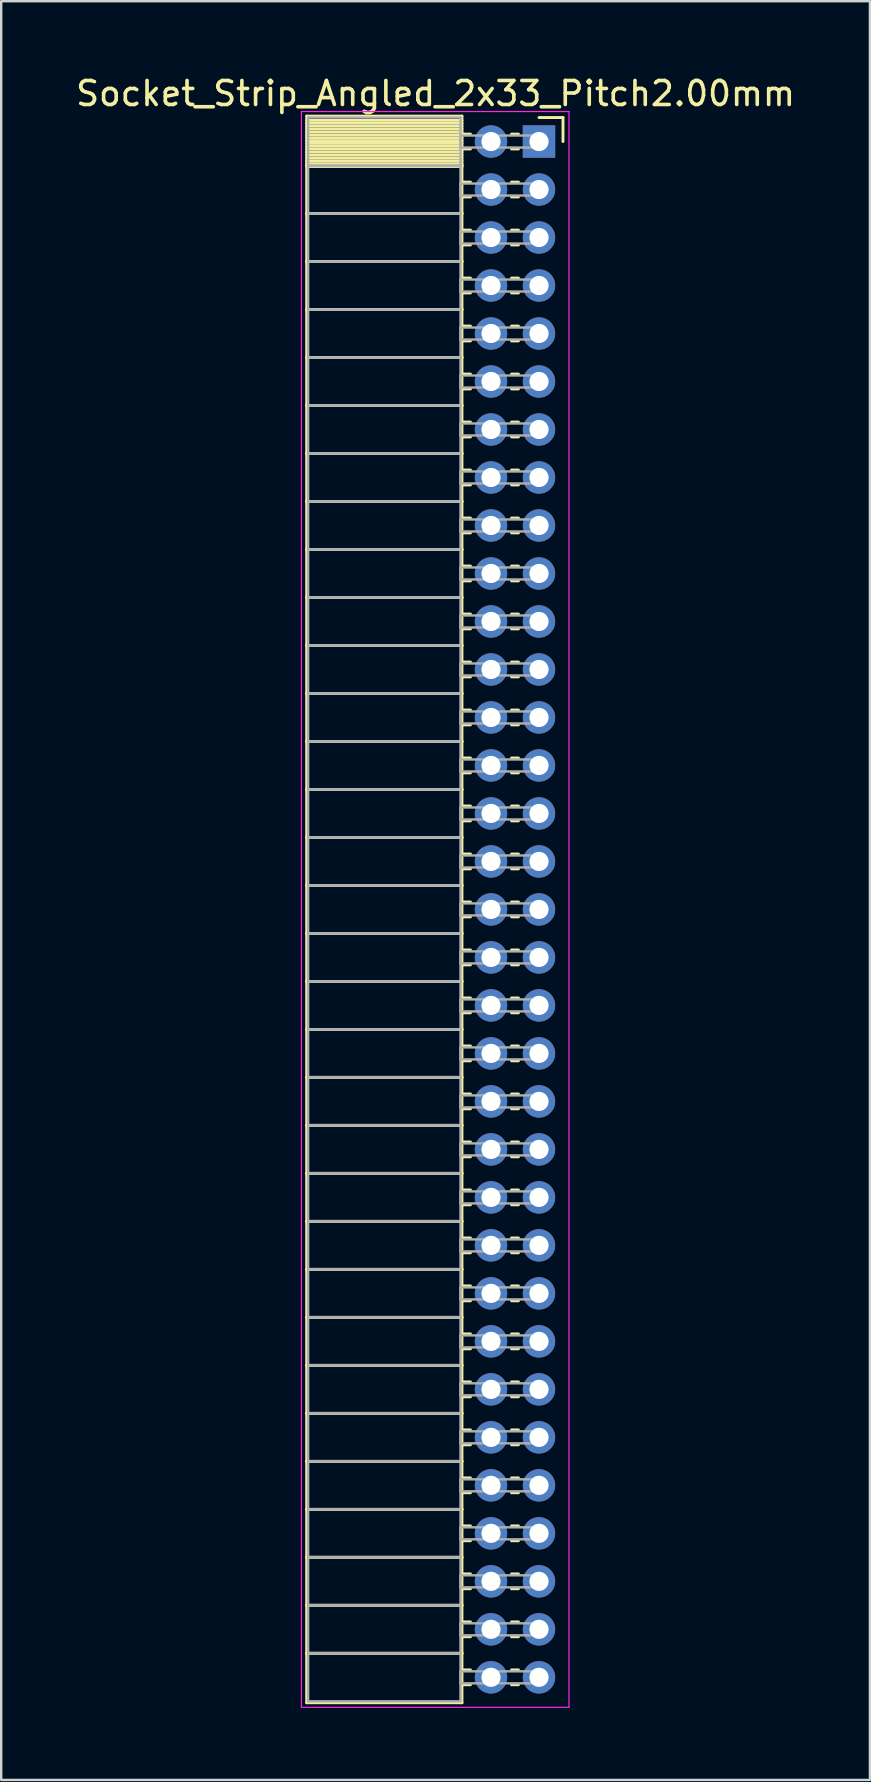
<source format=kicad_pcb>
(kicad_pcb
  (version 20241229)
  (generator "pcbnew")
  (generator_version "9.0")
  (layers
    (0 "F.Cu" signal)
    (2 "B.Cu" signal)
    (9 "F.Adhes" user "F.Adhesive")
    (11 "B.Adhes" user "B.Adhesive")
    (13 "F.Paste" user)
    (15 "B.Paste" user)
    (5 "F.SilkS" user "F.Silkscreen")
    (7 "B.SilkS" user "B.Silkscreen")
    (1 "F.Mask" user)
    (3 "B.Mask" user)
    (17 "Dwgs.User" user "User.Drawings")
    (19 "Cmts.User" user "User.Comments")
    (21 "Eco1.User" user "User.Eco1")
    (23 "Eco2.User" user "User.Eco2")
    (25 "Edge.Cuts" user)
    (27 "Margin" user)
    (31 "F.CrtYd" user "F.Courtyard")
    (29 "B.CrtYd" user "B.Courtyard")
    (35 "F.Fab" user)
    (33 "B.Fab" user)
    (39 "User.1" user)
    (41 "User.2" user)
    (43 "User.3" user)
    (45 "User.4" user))
  (footprint "Socket_Strip_Angled_2x33_Pitch2.00mm"
    (layer "F.Cu")
    (at 19.411 2.848)
    (property "Reference" "Socket_Strip_Angled_2x33_Pitch2.00mm" (at -4.31 -2 0) (layer "F.SilkS") (effects (font (size 1 1) (thickness 0.15))))
    (attr through_hole)
    (fp_line (start -9.68 -1.06) (end -3.21 -1.06) (stroke (width 0.12) (type solid)) (layer "F.SilkS"))
    (fp_line (start -9.68 1) (end -9.68 -1.06) (stroke (width 0.12) (type solid)) (layer "F.SilkS"))
    (fp_line (start -9.68 1) (end -3.21 1) (stroke (width 0.12) (type solid)) (layer "F.SilkS"))
    (fp_line (start -9.68 3) (end -9.68 1) (stroke (width 0.12) (type solid)) (layer "F.SilkS"))
    (fp_line (start -9.68 3) (end -3.21 3) (stroke (width 0.12) (type solid)) (layer "F.SilkS"))
    (fp_line (start -9.68 5) (end -9.68 3) (stroke (width 0.12) (type solid)) (layer "F.SilkS"))
    (fp_line (start -9.68 5) (end -3.21 5) (stroke (width 0.12) (type solid)) (layer "F.SilkS"))
    (fp_line (start -9.68 7) (end -9.68 5) (stroke (width 0.12) (type solid)) (layer "F.SilkS"))
    (fp_line (start -9.68 7) (end -3.21 7) (stroke (width 0.12) (type solid)) (layer "F.SilkS"))
    (fp_line (start -9.68 9) (end -9.68 7) (stroke (width 0.12) (type solid)) (layer "F.SilkS"))
    (fp_line (start -9.68 9) (end -3.21 9) (stroke (width 0.12) (type solid)) (layer "F.SilkS"))
    (fp_line (start -9.68 11) (end -9.68 9) (stroke (width 0.12) (type solid)) (layer "F.SilkS"))
    (fp_line (start -9.68 11) (end -3.21 11) (stroke (width 0.12) (type solid)) (layer "F.SilkS"))
    (fp_line (start -9.68 13) (end -9.68 11) (stroke (width 0.12) (type solid)) (layer "F.SilkS"))
    (fp_line (start -9.68 13) (end -3.21 13) (stroke (width 0.12) (type solid)) (layer "F.SilkS"))
    (fp_line (start -9.68 15) (end -9.68 13) (stroke (width 0.12) (type solid)) (layer "F.SilkS"))
    (fp_line (start -9.68 15) (end -3.21 15) (stroke (width 0.12) (type solid)) (layer "F.SilkS"))
    (fp_line (start -9.68 17) (end -9.68 15) (stroke (width 0.12) (type solid)) (layer "F.SilkS"))
    (fp_line (start -9.68 17) (end -3.21 17) (stroke (width 0.12) (type solid)) (layer "F.SilkS"))
    (fp_line (start -9.68 19) (end -9.68 17) (stroke (width 0.12) (type solid)) (layer "F.SilkS"))
    (fp_line (start -9.68 19) (end -3.21 19) (stroke (width 0.12) (type solid)) (layer "F.SilkS"))
    (fp_line (start -9.68 21) (end -9.68 19) (stroke (width 0.12) (type solid)) (layer "F.SilkS"))
    (fp_line (start -9.68 21) (end -3.21 21) (stroke (width 0.12) (type solid)) (layer "F.SilkS"))
    (fp_line (start -9.68 23) (end -9.68 21) (stroke (width 0.12) (type solid)) (layer "F.SilkS"))
    (fp_line (start -9.68 23) (end -3.21 23) (stroke (width 0.12) (type solid)) (layer "F.SilkS"))
    (fp_line (start -9.68 25) (end -9.68 23) (stroke (width 0.12) (type solid)) (layer "F.SilkS"))
    (fp_line (start -9.68 25) (end -3.21 25) (stroke (width 0.12) (type solid)) (layer "F.SilkS"))
    (fp_line (start -9.68 27) (end -9.68 25) (stroke (width 0.12) (type solid)) (layer "F.SilkS"))
    (fp_line (start -9.68 27) (end -3.21 27) (stroke (width 0.12) (type solid)) (layer "F.SilkS"))
    (fp_line (start -9.68 29) (end -9.68 27) (stroke (width 0.12) (type solid)) (layer "F.SilkS"))
    (fp_line (start -9.68 29) (end -3.21 29) (stroke (width 0.12) (type solid)) (layer "F.SilkS"))
    (fp_line (start -9.68 31) (end -9.68 29) (stroke (width 0.12) (type solid)) (layer "F.SilkS"))
    (fp_line (start -9.68 31) (end -3.21 31) (stroke (width 0.12) (type solid)) (layer "F.SilkS"))
    (fp_line (start -9.68 33) (end -9.68 31) (stroke (width 0.12) (type solid)) (layer "F.SilkS"))
    (fp_line (start -9.68 33) (end -3.21 33) (stroke (width 0.12) (type solid)) (layer "F.SilkS"))
    (fp_line (start -9.68 35) (end -9.68 33) (stroke (width 0.12) (type solid)) (layer "F.SilkS"))
    (fp_line (start -9.68 35) (end -3.21 35) (stroke (width 0.12) (type solid)) (layer "F.SilkS"))
    (fp_line (start -9.68 37) (end -9.68 35) (stroke (width 0.12) (type solid)) (layer "F.SilkS"))
    (fp_line (start -9.68 37) (end -3.21 37) (stroke (width 0.12) (type solid)) (layer "F.SilkS"))
    (fp_line (start -9.68 39) (end -9.68 37) (stroke (width 0.12) (type solid)) (layer "F.SilkS"))
    (fp_line (start -9.68 39) (end -3.21 39) (stroke (width 0.12) (type solid)) (layer "F.SilkS"))
    (fp_line (start -9.68 41) (end -9.68 39) (stroke (width 0.12) (type solid)) (layer "F.SilkS"))
    (fp_line (start -9.68 41) (end -3.21 41) (stroke (width 0.12) (type solid)) (layer "F.SilkS"))
    (fp_line (start -9.68 43) (end -9.68 41) (stroke (width 0.12) (type solid)) (layer "F.SilkS"))
    (fp_line (start -9.68 43) (end -3.21 43) (stroke (width 0.12) (type solid)) (layer "F.SilkS"))
    (fp_line (start -9.68 45) (end -9.68 43) (stroke (width 0.12) (type solid)) (layer "F.SilkS"))
    (fp_line (start -9.68 45) (end -3.21 45) (stroke (width 0.12) (type solid)) (layer "F.SilkS"))
    (fp_line (start -9.68 47) (end -9.68 45) (stroke (width 0.12) (type solid)) (layer "F.SilkS"))
    (fp_line (start -9.68 47) (end -3.21 47) (stroke (width 0.12) (type solid)) (layer "F.SilkS"))
    (fp_line (start -9.68 49) (end -9.68 47) (stroke (width 0.12) (type solid)) (layer "F.SilkS"))
    (fp_line (start -9.68 49) (end -3.21 49) (stroke (width 0.12) (type solid)) (layer "F.SilkS"))
    (fp_line (start -9.68 51) (end -9.68 49) (stroke (width 0.12) (type solid)) (layer "F.SilkS"))
    (fp_line (start -9.68 51) (end -3.21 51) (stroke (width 0.12) (type solid)) (layer "F.SilkS"))
    (fp_line (start -9.68 53) (end -9.68 51) (stroke (width 0.12) (type solid)) (layer "F.SilkS"))
    (fp_line (start -9.68 53) (end -3.21 53) (stroke (width 0.12) (type solid)) (layer "F.SilkS"))
    (fp_line (start -9.68 55) (end -9.68 53) (stroke (width 0.12) (type solid)) (layer "F.SilkS"))
    (fp_line (start -9.68 55) (end -3.21 55) (stroke (width 0.12) (type solid)) (layer "F.SilkS"))
    (fp_line (start -9.68 57) (end -9.68 55) (stroke (width 0.12) (type solid)) (layer "F.SilkS"))
    (fp_line (start -9.68 57) (end -3.21 57) (stroke (width 0.12) (type solid)) (layer "F.SilkS"))
    (fp_line (start -9.68 59) (end -9.68 57) (stroke (width 0.12) (type solid)) (layer "F.SilkS"))
    (fp_line (start -9.68 59) (end -3.21 59) (stroke (width 0.12) (type solid)) (layer "F.SilkS"))
    (fp_line (start -9.68 61) (end -9.68 59) (stroke (width 0.12) (type solid)) (layer "F.SilkS"))
    (fp_line (start -9.68 61) (end -3.21 61) (stroke (width 0.12) (type solid)) (layer "F.SilkS"))
    (fp_line (start -9.68 63) (end -9.68 61) (stroke (width 0.12) (type solid)) (layer "F.SilkS"))
    (fp_line (start -9.68 63) (end -3.21 63) (stroke (width 0.12) (type solid)) (layer "F.SilkS"))
    (fp_line (start -9.68 65.06) (end -9.68 63) (stroke (width 0.12) (type solid)) (layer "F.SilkS"))
    (fp_line (start -3.21 -1.06) (end -3.21 1) (stroke (width 0.12) (type solid)) (layer "F.SilkS"))
    (fp_line (start -3.21 -0.88) (end -9.68 -0.88) (stroke (width 0.12) (type solid)) (layer "F.SilkS"))
    (fp_line (start -3.21 -0.76) (end -9.68 -0.76) (stroke (width 0.12) (type solid)) (layer "F.SilkS"))
    (fp_line (start -3.21 -0.64) (end -9.68 -0.64) (stroke (width 0.12) (type solid)) (layer "F.SilkS"))
    (fp_line (start -3.21 -0.52) (end -9.68 -0.52) (stroke (width 0.12) (type solid)) (layer "F.SilkS"))
    (fp_line (start -3.21 -0.4) (end -9.68 -0.4) (stroke (width 0.12) (type solid)) (layer "F.SilkS"))
    (fp_line (start -3.21 -0.28) (end -9.68 -0.28) (stroke (width 0.12) (type solid)) (layer "F.SilkS"))
    (fp_line (start -3.21 -0.16) (end -9.68 -0.16) (stroke (width 0.12) (type solid)) (layer "F.SilkS"))
    (fp_line (start -3.21 -0.04) (end -9.68 -0.04) (stroke (width 0.12) (type solid)) (layer "F.SilkS"))
    (fp_line (start -3.21 0.08) (end -9.68 0.08) (stroke (width 0.12) (type solid)) (layer "F.SilkS"))
    (fp_line (start -3.21 0.2) (end -9.68 0.2) (stroke (width 0.12) (type solid)) (layer "F.SilkS"))
    (fp_line (start -3.21 0.32) (end -9.68 0.32) (stroke (width 0.12) (type solid)) (layer "F.SilkS"))
    (fp_line (start -3.21 0.44) (end -9.68 0.44) (stroke (width 0.12) (type solid)) (layer "F.SilkS"))
    (fp_line (start -3.21 0.56) (end -9.68 0.56) (stroke (width 0.12) (type solid)) (layer "F.SilkS"))
    (fp_line (start -3.21 0.68) (end -9.68 0.68) (stroke (width 0.12) (type solid)) (layer "F.SilkS"))
    (fp_line (start -3.21 0.8) (end -9.68 0.8) (stroke (width 0.12) (type solid)) (layer "F.SilkS"))
    (fp_line (start -3.21 0.92) (end -9.68 0.92) (stroke (width 0.12) (type solid)) (layer "F.SilkS"))
    (fp_line (start -3.21 1) (end -9.68 1) (stroke (width 0.12) (type solid)) (layer "F.SilkS"))
    (fp_line (start -3.21 1) (end -3.21 3) (stroke (width 0.12) (type solid)) (layer "F.SilkS"))
    (fp_line (start -3.21 1.04) (end -9.68 1.04) (stroke (width 0.12) (type solid)) (layer "F.SilkS"))
    (fp_line (start -3.21 3) (end -9.68 3) (stroke (width 0.12) (type solid)) (layer "F.SilkS"))
    (fp_line (start -3.21 3) (end -3.21 5) (stroke (width 0.12) (type solid)) (layer "F.SilkS"))
    (fp_line (start -3.21 5) (end -9.68 5) (stroke (width 0.12) (type solid)) (layer "F.SilkS"))
    (fp_line (start -3.21 5) (end -3.21 7) (stroke (width 0.12) (type solid)) (layer "F.SilkS"))
    (fp_line (start -3.21 7) (end -9.68 7) (stroke (width 0.12) (type solid)) (layer "F.SilkS"))
    (fp_line (start -3.21 7) (end -3.21 9) (stroke (width 0.12) (type solid)) (layer "F.SilkS"))
    (fp_line (start -3.21 9) (end -9.68 9) (stroke (width 0.12) (type solid)) (layer "F.SilkS"))
    (fp_line (start -3.21 9) (end -3.21 11) (stroke (width 0.12) (type solid)) (layer "F.SilkS"))
    (fp_line (start -3.21 11) (end -9.68 11) (stroke (width 0.12) (type solid)) (layer "F.SilkS"))
    (fp_line (start -3.21 11) (end -3.21 13) (stroke (width 0.12) (type solid)) (layer "F.SilkS"))
    (fp_line (start -3.21 13) (end -9.68 13) (stroke (width 0.12) (type solid)) (layer "F.SilkS"))
    (fp_line (start -3.21 13) (end -3.21 15) (stroke (width 0.12) (type solid)) (layer "F.SilkS"))
    (fp_line (start -3.21 15) (end -9.68 15) (stroke (width 0.12) (type solid)) (layer "F.SilkS"))
    (fp_line (start -3.21 15) (end -3.21 17) (stroke (width 0.12) (type solid)) (layer "F.SilkS"))
    (fp_line (start -3.21 17) (end -9.68 17) (stroke (width 0.12) (type solid)) (layer "F.SilkS"))
    (fp_line (start -3.21 17) (end -3.21 19) (stroke (width 0.12) (type solid)) (layer "F.SilkS"))
    (fp_line (start -3.21 19) (end -9.68 19) (stroke (width 0.12) (type solid)) (layer "F.SilkS"))
    (fp_line (start -3.21 19) (end -3.21 21) (stroke (width 0.12) (type solid)) (layer "F.SilkS"))
    (fp_line (start -3.21 21) (end -9.68 21) (stroke (width 0.12) (type solid)) (layer "F.SilkS"))
    (fp_line (start -3.21 21) (end -3.21 23) (stroke (width 0.12) (type solid)) (layer "F.SilkS"))
    (fp_line (start -3.21 23) (end -9.68 23) (stroke (width 0.12) (type solid)) (layer "F.SilkS"))
    (fp_line (start -3.21 23) (end -3.21 25) (stroke (width 0.12) (type solid)) (layer "F.SilkS"))
    (fp_line (start -3.21 25) (end -9.68 25) (stroke (width 0.12) (type solid)) (layer "F.SilkS"))
    (fp_line (start -3.21 25) (end -3.21 27) (stroke (width 0.12) (type solid)) (layer "F.SilkS"))
    (fp_line (start -3.21 27) (end -9.68 27) (stroke (width 0.12) (type solid)) (layer "F.SilkS"))
    (fp_line (start -3.21 27) (end -3.21 29) (stroke (width 0.12) (type solid)) (layer "F.SilkS"))
    (fp_line (start -3.21 29) (end -9.68 29) (stroke (width 0.12) (type solid)) (layer "F.SilkS"))
    (fp_line (start -3.21 29) (end -3.21 31) (stroke (width 0.12) (type solid)) (layer "F.SilkS"))
    (fp_line (start -3.21 31) (end -9.68 31) (stroke (width 0.12) (type solid)) (layer "F.SilkS"))
    (fp_line (start -3.21 31) (end -3.21 33) (stroke (width 0.12) (type solid)) (layer "F.SilkS"))
    (fp_line (start -3.21 33) (end -9.68 33) (stroke (width 0.12) (type solid)) (layer "F.SilkS"))
    (fp_line (start -3.21 33) (end -3.21 35) (stroke (width 0.12) (type solid)) (layer "F.SilkS"))
    (fp_line (start -3.21 35) (end -9.68 35) (stroke (width 0.12) (type solid)) (layer "F.SilkS"))
    (fp_line (start -3.21 35) (end -3.21 37) (stroke (width 0.12) (type solid)) (layer "F.SilkS"))
    (fp_line (start -3.21 37) (end -9.68 37) (stroke (width 0.12) (type solid)) (layer "F.SilkS"))
    (fp_line (start -3.21 37) (end -3.21 39) (stroke (width 0.12) (type solid)) (layer "F.SilkS"))
    (fp_line (start -3.21 39) (end -9.68 39) (stroke (width 0.12) (type solid)) (layer "F.SilkS"))
    (fp_line (start -3.21 39) (end -3.21 41) (stroke (width 0.12) (type solid)) (layer "F.SilkS"))
    (fp_line (start -3.21 41) (end -9.68 41) (stroke (width 0.12) (type solid)) (layer "F.SilkS"))
    (fp_line (start -3.21 41) (end -3.21 43) (stroke (width 0.12) (type solid)) (layer "F.SilkS"))
    (fp_line (start -3.21 43) (end -9.68 43) (stroke (width 0.12) (type solid)) (layer "F.SilkS"))
    (fp_line (start -3.21 43) (end -3.21 45) (stroke (width 0.12) (type solid)) (layer "F.SilkS"))
    (fp_line (start -3.21 45) (end -9.68 45) (stroke (width 0.12) (type solid)) (layer "F.SilkS"))
    (fp_line (start -3.21 45) (end -3.21 47) (stroke (width 0.12) (type solid)) (layer "F.SilkS"))
    (fp_line (start -3.21 47) (end -9.68 47) (stroke (width 0.12) (type solid)) (layer "F.SilkS"))
    (fp_line (start -3.21 47) (end -3.21 49) (stroke (width 0.12) (type solid)) (layer "F.SilkS"))
    (fp_line (start -3.21 49) (end -9.68 49) (stroke (width 0.12) (type solid)) (layer "F.SilkS"))
    (fp_line (start -3.21 49) (end -3.21 51) (stroke (width 0.12) (type solid)) (layer "F.SilkS"))
    (fp_line (start -3.21 51) (end -9.68 51) (stroke (width 0.12) (type solid)) (layer "F.SilkS"))
    (fp_line (start -3.21 51) (end -3.21 53) (stroke (width 0.12) (type solid)) (layer "F.SilkS"))
    (fp_line (start -3.21 53) (end -9.68 53) (stroke (width 0.12) (type solid)) (layer "F.SilkS"))
    (fp_line (start -3.21 53) (end -3.21 55) (stroke (width 0.12) (type solid)) (layer "F.SilkS"))
    (fp_line (start -3.21 55) (end -9.68 55) (stroke (width 0.12) (type solid)) (layer "F.SilkS"))
    (fp_line (start -3.21 55) (end -3.21 57) (stroke (width 0.12) (type solid)) (layer "F.SilkS"))
    (fp_line (start -3.21 57) (end -9.68 57) (stroke (width 0.12) (type solid)) (layer "F.SilkS"))
    (fp_line (start -3.21 57) (end -3.21 59) (stroke (width 0.12) (type solid)) (layer "F.SilkS"))
    (fp_line (start -3.21 59) (end -9.68 59) (stroke (width 0.12) (type solid)) (layer "F.SilkS"))
    (fp_line (start -3.21 59) (end -3.21 61) (stroke (width 0.12) (type solid)) (layer "F.SilkS"))
    (fp_line (start -3.21 61) (end -9.68 61) (stroke (width 0.12) (type solid)) (layer "F.SilkS"))
    (fp_line (start -3.21 61) (end -3.21 63) (stroke (width 0.12) (type solid)) (layer "F.SilkS"))
    (fp_line (start -3.21 63) (end -9.68 63) (stroke (width 0.12) (type solid)) (layer "F.SilkS"))
    (fp_line (start -3.21 63) (end -3.21 65.06) (stroke (width 0.12) (type solid)) (layer "F.SilkS"))
    (fp_line (start -3.21 65.06) (end -9.68 65.06) (stroke (width 0.12) (type solid)) (layer "F.SilkS"))
    (fp_line (start -2.855 -0.31) (end -3.21 -0.31) (stroke (width 0.12) (type solid)) (layer "F.SilkS"))
    (fp_line (start -2.855 0.31) (end -3.21 0.31) (stroke (width 0.12) (type solid)) (layer "F.SilkS"))
    (fp_line (start -2.855 1.69) (end -3.21 1.69) (stroke (width 0.12) (type solid)) (layer "F.SilkS"))
    (fp_line (start -2.855 2.31) (end -3.21 2.31) (stroke (width 0.12) (type solid)) (layer "F.SilkS"))
    (fp_line (start -2.855 3.69) (end -3.21 3.69) (stroke (width 0.12) (type solid)) (layer "F.SilkS"))
    (fp_line (start -2.855 4.31) (end -3.21 4.31) (stroke (width 0.12) (type solid)) (layer "F.SilkS"))
    (fp_line (start -2.855 5.69) (end -3.21 5.69) (stroke (width 0.12) (type solid)) (layer "F.SilkS"))
    (fp_line (start -2.855 6.31) (end -3.21 6.31) (stroke (width 0.12) (type solid)) (layer "F.SilkS"))
    (fp_line (start -2.855 7.69) (end -3.21 7.69) (stroke (width 0.12) (type solid)) (layer "F.SilkS"))
    (fp_line (start -2.855 8.31) (end -3.21 8.31) (stroke (width 0.12) (type solid)) (layer "F.SilkS"))
    (fp_line (start -2.855 9.69) (end -3.21 9.69) (stroke (width 0.12) (type solid)) (layer "F.SilkS"))
    (fp_line (start -2.855 10.31) (end -3.21 10.31) (stroke (width 0.12) (type solid)) (layer "F.SilkS"))
    (fp_line (start -2.855 11.69) (end -3.21 11.69) (stroke (width 0.12) (type solid)) (layer "F.SilkS"))
    (fp_line (start -2.855 12.31) (end -3.21 12.31) (stroke (width 0.12) (type solid)) (layer "F.SilkS"))
    (fp_line (start -2.855 13.69) (end -3.21 13.69) (stroke (width 0.12) (type solid)) (layer "F.SilkS"))
    (fp_line (start -2.855 14.31) (end -3.21 14.31) (stroke (width 0.12) (type solid)) (layer "F.SilkS"))
    (fp_line (start -2.855 15.69) (end -3.21 15.69) (stroke (width 0.12) (type solid)) (layer "F.SilkS"))
    (fp_line (start -2.855 16.31) (end -3.21 16.31) (stroke (width 0.12) (type solid)) (layer "F.SilkS"))
    (fp_line (start -2.855 17.69) (end -3.21 17.69) (stroke (width 0.12) (type solid)) (layer "F.SilkS"))
    (fp_line (start -2.855 18.31) (end -3.21 18.31) (stroke (width 0.12) (type solid)) (layer "F.SilkS"))
    (fp_line (start -2.855 19.69) (end -3.21 19.69) (stroke (width 0.12) (type solid)) (layer "F.SilkS"))
    (fp_line (start -2.855 20.31) (end -3.21 20.31) (stroke (width 0.12) (type solid)) (layer "F.SilkS"))
    (fp_line (start -2.855 21.69) (end -3.21 21.69) (stroke (width 0.12) (type solid)) (layer "F.SilkS"))
    (fp_line (start -2.855 22.31) (end -3.21 22.31) (stroke (width 0.12) (type solid)) (layer "F.SilkS"))
    (fp_line (start -2.855 23.69) (end -3.21 23.69) (stroke (width 0.12) (type solid)) (layer "F.SilkS"))
    (fp_line (start -2.855 24.31) (end -3.21 24.31) (stroke (width 0.12) (type solid)) (layer "F.SilkS"))
    (fp_line (start -2.855 25.69) (end -3.21 25.69) (stroke (width 0.12) (type solid)) (layer "F.SilkS"))
    (fp_line (start -2.855 26.31) (end -3.21 26.31) (stroke (width 0.12) (type solid)) (layer "F.SilkS"))
    (fp_line (start -2.855 27.69) (end -3.21 27.69) (stroke (width 0.12) (type solid)) (layer "F.SilkS"))
    (fp_line (start -2.855 28.31) (end -3.21 28.31) (stroke (width 0.12) (type solid)) (layer "F.SilkS"))
    (fp_line (start -2.855 29.69) (end -3.21 29.69) (stroke (width 0.12) (type solid)) (layer "F.SilkS"))
    (fp_line (start -2.855 30.31) (end -3.21 30.31) (stroke (width 0.12) (type solid)) (layer "F.SilkS"))
    (fp_line (start -2.855 31.69) (end -3.21 31.69) (stroke (width 0.12) (type solid)) (layer "F.SilkS"))
    (fp_line (start -2.855 32.31) (end -3.21 32.31) (stroke (width 0.12) (type solid)) (layer "F.SilkS"))
    (fp_line (start -2.855 33.69) (end -3.21 33.69) (stroke (width 0.12) (type solid)) (layer "F.SilkS"))
    (fp_line (start -2.855 34.31) (end -3.21 34.31) (stroke (width 0.12) (type solid)) (layer "F.SilkS"))
    (fp_line (start -2.855 35.69) (end -3.21 35.69) (stroke (width 0.12) (type solid)) (layer "F.SilkS"))
    (fp_line (start -2.855 36.31) (end -3.21 36.31) (stroke (width 0.12) (type solid)) (layer "F.SilkS"))
    (fp_line (start -2.855 37.69) (end -3.21 37.69) (stroke (width 0.12) (type solid)) (layer "F.SilkS"))
    (fp_line (start -2.855 38.31) (end -3.21 38.31) (stroke (width 0.12) (type solid)) (layer "F.SilkS"))
    (fp_line (start -2.855 39.69) (end -3.21 39.69) (stroke (width 0.12) (type solid)) (layer "F.SilkS"))
    (fp_line (start -2.855 40.31) (end -3.21 40.31) (stroke (width 0.12) (type solid)) (layer "F.SilkS"))
    (fp_line (start -2.855 41.69) (end -3.21 41.69) (stroke (width 0.12) (type solid)) (layer "F.SilkS"))
    (fp_line (start -2.855 42.31) (end -3.21 42.31) (stroke (width 0.12) (type solid)) (layer "F.SilkS"))
    (fp_line (start -2.855 43.69) (end -3.21 43.69) (stroke (width 0.12) (type solid)) (layer "F.SilkS"))
    (fp_line (start -2.855 44.31) (end -3.21 44.31) (stroke (width 0.12) (type solid)) (layer "F.SilkS"))
    (fp_line (start -2.855 45.69) (end -3.21 45.69) (stroke (width 0.12) (type solid)) (layer "F.SilkS"))
    (fp_line (start -2.855 46.31) (end -3.21 46.31) (stroke (width 0.12) (type solid)) (layer "F.SilkS"))
    (fp_line (start -2.855 47.69) (end -3.21 47.69) (stroke (width 0.12) (type solid)) (layer "F.SilkS"))
    (fp_line (start -2.855 48.31) (end -3.21 48.31) (stroke (width 0.12) (type solid)) (layer "F.SilkS"))
    (fp_line (start -2.855 49.69) (end -3.21 49.69) (stroke (width 0.12) (type solid)) (layer "F.SilkS"))
    (fp_line (start -2.855 50.31) (end -3.21 50.31) (stroke (width 0.12) (type solid)) (layer "F.SilkS"))
    (fp_line (start -2.855 51.69) (end -3.21 51.69) (stroke (width 0.12) (type solid)) (layer "F.SilkS"))
    (fp_line (start -2.855 52.31) (end -3.21 52.31) (stroke (width 0.12) (type solid)) (layer "F.SilkS"))
    (fp_line (start -2.855 53.69) (end -3.21 53.69) (stroke (width 0.12) (type solid)) (layer "F.SilkS"))
    (fp_line (start -2.855 54.31) (end -3.21 54.31) (stroke (width 0.12) (type solid)) (layer "F.SilkS"))
    (fp_line (start -2.855 55.69) (end -3.21 55.69) (stroke (width 0.12) (type solid)) (layer "F.SilkS"))
    (fp_line (start -2.855 56.31) (end -3.21 56.31) (stroke (width 0.12) (type solid)) (layer "F.SilkS"))
    (fp_line (start -2.855 57.69) (end -3.21 57.69) (stroke (width 0.12) (type solid)) (layer "F.SilkS"))
    (fp_line (start -2.855 58.31) (end -3.21 58.31) (stroke (width 0.12) (type solid)) (layer "F.SilkS"))
    (fp_line (start -2.855 59.69) (end -3.21 59.69) (stroke (width 0.12) (type solid)) (layer "F.SilkS"))
    (fp_line (start -2.855 60.31) (end -3.21 60.31) (stroke (width 0.12) (type solid)) (layer "F.SilkS"))
    (fp_line (start -2.855 61.69) (end -3.21 61.69) (stroke (width 0.12) (type solid)) (layer "F.SilkS"))
    (fp_line (start -2.855 62.31) (end -3.21 62.31) (stroke (width 0.12) (type solid)) (layer "F.SilkS"))
    (fp_line (start -2.855 63.69) (end -3.21 63.69) (stroke (width 0.12) (type solid)) (layer "F.SilkS"))
    (fp_line (start -2.855 64.31) (end -3.21 64.31) (stroke (width 0.12) (type solid)) (layer "F.SilkS"))
    (fp_line (start -0.855 -0.31) (end -1.145 -0.31) (stroke (width 0.12) (type solid)) (layer "F.SilkS"))
    (fp_line (start -0.855 0.31) (end -1.145 0.31) (stroke (width 0.12) (type solid)) (layer "F.SilkS"))
    (fp_line (start -0.855 1.69) (end -1.145 1.69) (stroke (width 0.12) (type solid)) (layer "F.SilkS"))
    (fp_line (start -0.855 2.31) (end -1.145 2.31) (stroke (width 0.12) (type solid)) (layer "F.SilkS"))
    (fp_line (start -0.855 3.69) (end -1.145 3.69) (stroke (width 0.12) (type solid)) (layer "F.SilkS"))
    (fp_line (start -0.855 4.31) (end -1.145 4.31) (stroke (width 0.12) (type solid)) (layer "F.SilkS"))
    (fp_line (start -0.855 5.69) (end -1.145 5.69) (stroke (width 0.12) (type solid)) (layer "F.SilkS"))
    (fp_line (start -0.855 6.31) (end -1.145 6.31) (stroke (width 0.12) (type solid)) (layer "F.SilkS"))
    (fp_line (start -0.855 7.69) (end -1.145 7.69) (stroke (width 0.12) (type solid)) (layer "F.SilkS"))
    (fp_line (start -0.855 8.31) (end -1.145 8.31) (stroke (width 0.12) (type solid)) (layer "F.SilkS"))
    (fp_line (start -0.855 9.69) (end -1.145 9.69) (stroke (width 0.12) (type solid)) (layer "F.SilkS"))
    (fp_line (start -0.855 10.31) (end -1.145 10.31) (stroke (width 0.12) (type solid)) (layer "F.SilkS"))
    (fp_line (start -0.855 11.69) (end -1.145 11.69) (stroke (width 0.12) (type solid)) (layer "F.SilkS"))
    (fp_line (start -0.855 12.31) (end -1.145 12.31) (stroke (width 0.12) (type solid)) (layer "F.SilkS"))
    (fp_line (start -0.855 13.69) (end -1.145 13.69) (stroke (width 0.12) (type solid)) (layer "F.SilkS"))
    (fp_line (start -0.855 14.31) (end -1.145 14.31) (stroke (width 0.12) (type solid)) (layer "F.SilkS"))
    (fp_line (start -0.855 15.69) (end -1.145 15.69) (stroke (width 0.12) (type solid)) (layer "F.SilkS"))
    (fp_line (start -0.855 16.31) (end -1.145 16.31) (stroke (width 0.12) (type solid)) (layer "F.SilkS"))
    (fp_line (start -0.855 17.69) (end -1.145 17.69) (stroke (width 0.12) (type solid)) (layer "F.SilkS"))
    (fp_line (start -0.855 18.31) (end -1.145 18.31) (stroke (width 0.12) (type solid)) (layer "F.SilkS"))
    (fp_line (start -0.855 19.69) (end -1.145 19.69) (stroke (width 0.12) (type solid)) (layer "F.SilkS"))
    (fp_line (start -0.855 20.31) (end -1.145 20.31) (stroke (width 0.12) (type solid)) (layer "F.SilkS"))
    (fp_line (start -0.855 21.69) (end -1.145 21.69) (stroke (width 0.12) (type solid)) (layer "F.SilkS"))
    (fp_line (start -0.855 22.31) (end -1.145 22.31) (stroke (width 0.12) (type solid)) (layer "F.SilkS"))
    (fp_line (start -0.855 23.69) (end -1.145 23.69) (stroke (width 0.12) (type solid)) (layer "F.SilkS"))
    (fp_line (start -0.855 24.31) (end -1.145 24.31) (stroke (width 0.12) (type solid)) (layer "F.SilkS"))
    (fp_line (start -0.855 25.69) (end -1.145 25.69) (stroke (width 0.12) (type solid)) (layer "F.SilkS"))
    (fp_line (start -0.855 26.31) (end -1.145 26.31) (stroke (width 0.12) (type solid)) (layer "F.SilkS"))
    (fp_line (start -0.855 27.69) (end -1.145 27.69) (stroke (width 0.12) (type solid)) (layer "F.SilkS"))
    (fp_line (start -0.855 28.31) (end -1.145 28.31) (stroke (width 0.12) (type solid)) (layer "F.SilkS"))
    (fp_line (start -0.855 29.69) (end -1.145 29.69) (stroke (width 0.12) (type solid)) (layer "F.SilkS"))
    (fp_line (start -0.855 30.31) (end -1.145 30.31) (stroke (width 0.12) (type solid)) (layer "F.SilkS"))
    (fp_line (start -0.855 31.69) (end -1.145 31.69) (stroke (width 0.12) (type solid)) (layer "F.SilkS"))
    (fp_line (start -0.855 32.31) (end -1.145 32.31) (stroke (width 0.12) (type solid)) (layer "F.SilkS"))
    (fp_line (start -0.855 33.69) (end -1.145 33.69) (stroke (width 0.12) (type solid)) (layer "F.SilkS"))
    (fp_line (start -0.855 34.31) (end -1.145 34.31) (stroke (width 0.12) (type solid)) (layer "F.SilkS"))
    (fp_line (start -0.855 35.69) (end -1.145 35.69) (stroke (width 0.12) (type solid)) (layer "F.SilkS"))
    (fp_line (start -0.855 36.31) (end -1.145 36.31) (stroke (width 0.12) (type solid)) (layer "F.SilkS"))
    (fp_line (start -0.855 37.69) (end -1.145 37.69) (stroke (width 0.12) (type solid)) (layer "F.SilkS"))
    (fp_line (start -0.855 38.31) (end -1.145 38.31) (stroke (width 0.12) (type solid)) (layer "F.SilkS"))
    (fp_line (start -0.855 39.69) (end -1.145 39.69) (stroke (width 0.12) (type solid)) (layer "F.SilkS"))
    (fp_line (start -0.855 40.31) (end -1.145 40.31) (stroke (width 0.12) (type solid)) (layer "F.SilkS"))
    (fp_line (start -0.855 41.69) (end -1.145 41.69) (stroke (width 0.12) (type solid)) (layer "F.SilkS"))
    (fp_line (start -0.855 42.31) (end -1.145 42.31) (stroke (width 0.12) (type solid)) (layer "F.SilkS"))
    (fp_line (start -0.855 43.69) (end -1.145 43.69) (stroke (width 0.12) (type solid)) (layer "F.SilkS"))
    (fp_line (start -0.855 44.31) (end -1.145 44.31) (stroke (width 0.12) (type solid)) (layer "F.SilkS"))
    (fp_line (start -0.855 45.69) (end -1.145 45.69) (stroke (width 0.12) (type solid)) (layer "F.SilkS"))
    (fp_line (start -0.855 46.31) (end -1.145 46.31) (stroke (width 0.12) (type solid)) (layer "F.SilkS"))
    (fp_line (start -0.855 47.69) (end -1.145 47.69) (stroke (width 0.12) (type solid)) (layer "F.SilkS"))
    (fp_line (start -0.855 48.31) (end -1.145 48.31) (stroke (width 0.12) (type solid)) (layer "F.SilkS"))
    (fp_line (start -0.855 49.69) (end -1.145 49.69) (stroke (width 0.12) (type solid)) (layer "F.SilkS"))
    (fp_line (start -0.855 50.31) (end -1.145 50.31) (stroke (width 0.12) (type solid)) (layer "F.SilkS"))
    (fp_line (start -0.855 51.69) (end -1.145 51.69) (stroke (width 0.12) (type solid)) (layer "F.SilkS"))
    (fp_line (start -0.855 52.31) (end -1.145 52.31) (stroke (width 0.12) (type solid)) (layer "F.SilkS"))
    (fp_line (start -0.855 53.69) (end -1.145 53.69) (stroke (width 0.12) (type solid)) (layer "F.SilkS"))
    (fp_line (start -0.855 54.31) (end -1.145 54.31) (stroke (width 0.12) (type solid)) (layer "F.SilkS"))
    (fp_line (start -0.855 55.69) (end -1.145 55.69) (stroke (width 0.12) (type solid)) (layer "F.SilkS"))
    (fp_line (start -0.855 56.31) (end -1.145 56.31) (stroke (width 0.12) (type solid)) (layer "F.SilkS"))
    (fp_line (start -0.855 57.69) (end -1.145 57.69) (stroke (width 0.12) (type solid)) (layer "F.SilkS"))
    (fp_line (start -0.855 58.31) (end -1.145 58.31) (stroke (width 0.12) (type solid)) (layer "F.SilkS"))
    (fp_line (start -0.855 59.69) (end -1.145 59.69) (stroke (width 0.12) (type solid)) (layer "F.SilkS"))
    (fp_line (start -0.855 60.31) (end -1.145 60.31) (stroke (width 0.12) (type solid)) (layer "F.SilkS"))
    (fp_line (start -0.855 61.69) (end -1.145 61.69) (stroke (width 0.12) (type solid)) (layer "F.SilkS"))
    (fp_line (start -0.855 62.31) (end -1.145 62.31) (stroke (width 0.12) (type solid)) (layer "F.SilkS"))
    (fp_line (start -0.855 63.69) (end -1.145 63.69) (stroke (width 0.12) (type solid)) (layer "F.SilkS"))
    (fp_line (start -0.855 64.31) (end -1.145 64.31) (stroke (width 0.12) (type solid)) (layer "F.SilkS"))
    (fp_line (start 0 -1) (end 1 -1) (stroke (width 0.12) (type solid)) (layer "F.SilkS"))
    (fp_line (start 1 -1) (end 1 0) (stroke (width 0.12) (type solid)) (layer "F.SilkS"))
    (fp_line (start -9.9 -1.25) (end 1.25 -1.25) (stroke (width 0.05) (type solid)) (layer "F.CrtYd"))
    (fp_line (start -9.9 65.25) (end -9.9 -1.25) (stroke (width 0.05) (type solid)) (layer "F.CrtYd"))
    (fp_line (start 1.25 -1.25) (end 1.25 65.25) (stroke (width 0.05) (type solid)) (layer "F.CrtYd"))
    (fp_line (start 1.25 65.25) (end -9.9 65.25) (stroke (width 0.05) (type solid)) (layer "F.CrtYd"))
    (fp_line (start -9.62 -1) (end -3.27 -1) (stroke (width 0.1) (type solid)) (layer "F.Fab"))
    (fp_line (start -9.62 1) (end -9.62 -1) (stroke (width 0.1) (type solid)) (layer "F.Fab"))
    (fp_line (start -9.62 1) (end -3.27 1) (stroke (width 0.1) (type solid)) (layer "F.Fab"))
    (fp_line (start -9.62 3) (end -9.62 1) (stroke (width 0.1) (type solid)) (layer "F.Fab"))
    (fp_line (start -9.62 3) (end -3.27 3) (stroke (width 0.1) (type solid)) (layer "F.Fab"))
    (fp_line (start -9.62 5) (end -9.62 3) (stroke (width 0.1) (type solid)) (layer "F.Fab"))
    (fp_line (start -9.62 5) (end -3.27 5) (stroke (width 0.1) (type solid)) (layer "F.Fab"))
    (fp_line (start -9.62 7) (end -9.62 5) (stroke (width 0.1) (type solid)) (layer "F.Fab"))
    (fp_line (start -9.62 7) (end -3.27 7) (stroke (width 0.1) (type solid)) (layer "F.Fab"))
    (fp_line (start -9.62 9) (end -9.62 7) (stroke (width 0.1) (type solid)) (layer "F.Fab"))
    (fp_line (start -9.62 9) (end -3.27 9) (stroke (width 0.1) (type solid)) (layer "F.Fab"))
    (fp_line (start -9.62 11) (end -9.62 9) (stroke (width 0.1) (type solid)) (layer "F.Fab"))
    (fp_line (start -9.62 11) (end -3.27 11) (stroke (width 0.1) (type solid)) (layer "F.Fab"))
    (fp_line (start -9.62 13) (end -9.62 11) (stroke (width 0.1) (type solid)) (layer "F.Fab"))
    (fp_line (start -9.62 13) (end -3.27 13) (stroke (width 0.1) (type solid)) (layer "F.Fab"))
    (fp_line (start -9.62 15) (end -9.62 13) (stroke (width 0.1) (type solid)) (layer "F.Fab"))
    (fp_line (start -9.62 15) (end -3.27 15) (stroke (width 0.1) (type solid)) (layer "F.Fab"))
    (fp_line (start -9.62 17) (end -9.62 15) (stroke (width 0.1) (type solid)) (layer "F.Fab"))
    (fp_line (start -9.62 17) (end -3.27 17) (stroke (width 0.1) (type solid)) (layer "F.Fab"))
    (fp_line (start -9.62 19) (end -9.62 17) (stroke (width 0.1) (type solid)) (layer "F.Fab"))
    (fp_line (start -9.62 19) (end -3.27 19) (stroke (width 0.1) (type solid)) (layer "F.Fab"))
    (fp_line (start -9.62 21) (end -9.62 19) (stroke (width 0.1) (type solid)) (layer "F.Fab"))
    (fp_line (start -9.62 21) (end -3.27 21) (stroke (width 0.1) (type solid)) (layer "F.Fab"))
    (fp_line (start -9.62 23) (end -9.62 21) (stroke (width 0.1) (type solid)) (layer "F.Fab"))
    (fp_line (start -9.62 23) (end -3.27 23) (stroke (width 0.1) (type solid)) (layer "F.Fab"))
    (fp_line (start -9.62 25) (end -9.62 23) (stroke (width 0.1) (type solid)) (layer "F.Fab"))
    (fp_line (start -9.62 25) (end -3.27 25) (stroke (width 0.1) (type solid)) (layer "F.Fab"))
    (fp_line (start -9.62 27) (end -9.62 25) (stroke (width 0.1) (type solid)) (layer "F.Fab"))
    (fp_line (start -9.62 27) (end -3.27 27) (stroke (width 0.1) (type solid)) (layer "F.Fab"))
    (fp_line (start -9.62 29) (end -9.62 27) (stroke (width 0.1) (type solid)) (layer "F.Fab"))
    (fp_line (start -9.62 29) (end -3.27 29) (stroke (width 0.1) (type solid)) (layer "F.Fab"))
    (fp_line (start -9.62 31) (end -9.62 29) (stroke (width 0.1) (type solid)) (layer "F.Fab"))
    (fp_line (start -9.62 31) (end -3.27 31) (stroke (width 0.1) (type solid)) (layer "F.Fab"))
    (fp_line (start -9.62 33) (end -9.62 31) (stroke (width 0.1) (type solid)) (layer "F.Fab"))
    (fp_line (start -9.62 33) (end -3.27 33) (stroke (width 0.1) (type solid)) (layer "F.Fab"))
    (fp_line (start -9.62 35) (end -9.62 33) (stroke (width 0.1) (type solid)) (layer "F.Fab"))
    (fp_line (start -9.62 35) (end -3.27 35) (stroke (width 0.1) (type solid)) (layer "F.Fab"))
    (fp_line (start -9.62 37) (end -9.62 35) (stroke (width 0.1) (type solid)) (layer "F.Fab"))
    (fp_line (start -9.62 37) (end -3.27 37) (stroke (width 0.1) (type solid)) (layer "F.Fab"))
    (fp_line (start -9.62 39) (end -9.62 37) (stroke (width 0.1) (type solid)) (layer "F.Fab"))
    (fp_line (start -9.62 39) (end -3.27 39) (stroke (width 0.1) (type solid)) (layer "F.Fab"))
    (fp_line (start -9.62 41) (end -9.62 39) (stroke (width 0.1) (type solid)) (layer "F.Fab"))
    (fp_line (start -9.62 41) (end -3.27 41) (stroke (width 0.1) (type solid)) (layer "F.Fab"))
    (fp_line (start -9.62 43) (end -9.62 41) (stroke (width 0.1) (type solid)) (layer "F.Fab"))
    (fp_line (start -9.62 43) (end -3.27 43) (stroke (width 0.1) (type solid)) (layer "F.Fab"))
    (fp_line (start -9.62 45) (end -9.62 43) (stroke (width 0.1) (type solid)) (layer "F.Fab"))
    (fp_line (start -9.62 45) (end -3.27 45) (stroke (width 0.1) (type solid)) (layer "F.Fab"))
    (fp_line (start -9.62 47) (end -9.62 45) (stroke (width 0.1) (type solid)) (layer "F.Fab"))
    (fp_line (start -9.62 47) (end -3.27 47) (stroke (width 0.1) (type solid)) (layer "F.Fab"))
    (fp_line (start -9.62 49) (end -9.62 47) (stroke (width 0.1) (type solid)) (layer "F.Fab"))
    (fp_line (start -9.62 49) (end -3.27 49) (stroke (width 0.1) (type solid)) (layer "F.Fab"))
    (fp_line (start -9.62 51) (end -9.62 49) (stroke (width 0.1) (type solid)) (layer "F.Fab"))
    (fp_line (start -9.62 51) (end -3.27 51) (stroke (width 0.1) (type solid)) (layer "F.Fab"))
    (fp_line (start -9.62 53) (end -9.62 51) (stroke (width 0.1) (type solid)) (layer "F.Fab"))
    (fp_line (start -9.62 53) (end -3.27 53) (stroke (width 0.1) (type solid)) (layer "F.Fab"))
    (fp_line (start -9.62 55) (end -9.62 53) (stroke (width 0.1) (type solid)) (layer "F.Fab"))
    (fp_line (start -9.62 55) (end -3.27 55) (stroke (width 0.1) (type solid)) (layer "F.Fab"))
    (fp_line (start -9.62 57) (end -9.62 55) (stroke (width 0.1) (type solid)) (layer "F.Fab"))
    (fp_line (start -9.62 57) (end -3.27 57) (stroke (width 0.1) (type solid)) (layer "F.Fab"))
    (fp_line (start -9.62 59) (end -9.62 57) (stroke (width 0.1) (type solid)) (layer "F.Fab"))
    (fp_line (start -9.62 59) (end -3.27 59) (stroke (width 0.1) (type solid)) (layer "F.Fab"))
    (fp_line (start -9.62 61) (end -9.62 59) (stroke (width 0.1) (type solid)) (layer "F.Fab"))
    (fp_line (start -9.62 61) (end -3.27 61) (stroke (width 0.1) (type solid)) (layer "F.Fab"))
    (fp_line (start -9.62 63) (end -9.62 61) (stroke (width 0.1) (type solid)) (layer "F.Fab"))
    (fp_line (start -9.62 63) (end -3.27 63) (stroke (width 0.1) (type solid)) (layer "F.Fab"))
    (fp_line (start -9.62 65) (end -9.62 63) (stroke (width 0.1) (type solid)) (layer "F.Fab"))
    (fp_line (start -3.27 -1) (end -3.27 1) (stroke (width 0.1) (type solid)) (layer "F.Fab"))
    (fp_line (start -3.27 -0.25) (end 0 -0.25) (stroke (width 0.1) (type solid)) (layer "F.Fab"))
    (fp_line (start -3.27 0.25) (end -3.27 -0.25) (stroke (width 0.1) (type solid)) (layer "F.Fab"))
    (fp_line (start -3.27 1) (end -9.62 1) (stroke (width 0.1) (type solid)) (layer "F.Fab"))
    (fp_line (start -3.27 1) (end -3.27 3) (stroke (width 0.1) (type solid)) (layer "F.Fab"))
    (fp_line (start -3.27 1.75) (end 0 1.75) (stroke (width 0.1) (type solid)) (layer "F.Fab"))
    (fp_line (start -3.27 2.25) (end -3.27 1.75) (stroke (width 0.1) (type solid)) (layer "F.Fab"))
    (fp_line (start -3.27 3) (end -9.62 3) (stroke (width 0.1) (type solid)) (layer "F.Fab"))
    (fp_line (start -3.27 3) (end -3.27 5) (stroke (width 0.1) (type solid)) (layer "F.Fab"))
    (fp_line (start -3.27 3.75) (end 0 3.75) (stroke (width 0.1) (type solid)) (layer "F.Fab"))
    (fp_line (start -3.27 4.25) (end -3.27 3.75) (stroke (width 0.1) (type solid)) (layer "F.Fab"))
    (fp_line (start -3.27 5) (end -9.62 5) (stroke (width 0.1) (type solid)) (layer "F.Fab"))
    (fp_line (start -3.27 5) (end -3.27 7) (stroke (width 0.1) (type solid)) (layer "F.Fab"))
    (fp_line (start -3.27 5.75) (end 0 5.75) (stroke (width 0.1) (type solid)) (layer "F.Fab"))
    (fp_line (start -3.27 6.25) (end -3.27 5.75) (stroke (width 0.1) (type solid)) (layer "F.Fab"))
    (fp_line (start -3.27 7) (end -9.62 7) (stroke (width 0.1) (type solid)) (layer "F.Fab"))
    (fp_line (start -3.27 7) (end -3.27 9) (stroke (width 0.1) (type solid)) (layer "F.Fab"))
    (fp_line (start -3.27 7.75) (end 0 7.75) (stroke (width 0.1) (type solid)) (layer "F.Fab"))
    (fp_line (start -3.27 8.25) (end -3.27 7.75) (stroke (width 0.1) (type solid)) (layer "F.Fab"))
    (fp_line (start -3.27 9) (end -9.62 9) (stroke (width 0.1) (type solid)) (layer "F.Fab"))
    (fp_line (start -3.27 9) (end -3.27 11) (stroke (width 0.1) (type solid)) (layer "F.Fab"))
    (fp_line (start -3.27 9.75) (end 0 9.75) (stroke (width 0.1) (type solid)) (layer "F.Fab"))
    (fp_line (start -3.27 10.25) (end -3.27 9.75) (stroke (width 0.1) (type solid)) (layer "F.Fab"))
    (fp_line (start -3.27 11) (end -9.62 11) (stroke (width 0.1) (type solid)) (layer "F.Fab"))
    (fp_line (start -3.27 11) (end -3.27 13) (stroke (width 0.1) (type solid)) (layer "F.Fab"))
    (fp_line (start -3.27 11.75) (end 0 11.75) (stroke (width 0.1) (type solid)) (layer "F.Fab"))
    (fp_line (start -3.27 12.25) (end -3.27 11.75) (stroke (width 0.1) (type solid)) (layer "F.Fab"))
    (fp_line (start -3.27 13) (end -9.62 13) (stroke (width 0.1) (type solid)) (layer "F.Fab"))
    (fp_line (start -3.27 13) (end -3.27 15) (stroke (width 0.1) (type solid)) (layer "F.Fab"))
    (fp_line (start -3.27 13.75) (end 0 13.75) (stroke (width 0.1) (type solid)) (layer "F.Fab"))
    (fp_line (start -3.27 14.25) (end -3.27 13.75) (stroke (width 0.1) (type solid)) (layer "F.Fab"))
    (fp_line (start -3.27 15) (end -9.62 15) (stroke (width 0.1) (type solid)) (layer "F.Fab"))
    (fp_line (start -3.27 15) (end -3.27 17) (stroke (width 0.1) (type solid)) (layer "F.Fab"))
    (fp_line (start -3.27 15.75) (end 0 15.75) (stroke (width 0.1) (type solid)) (layer "F.Fab"))
    (fp_line (start -3.27 16.25) (end -3.27 15.75) (stroke (width 0.1) (type solid)) (layer "F.Fab"))
    (fp_line (start -3.27 17) (end -9.62 17) (stroke (width 0.1) (type solid)) (layer "F.Fab"))
    (fp_line (start -3.27 17) (end -3.27 19) (stroke (width 0.1) (type solid)) (layer "F.Fab"))
    (fp_line (start -3.27 17.75) (end 0 17.75) (stroke (width 0.1) (type solid)) (layer "F.Fab"))
    (fp_line (start -3.27 18.25) (end -3.27 17.75) (stroke (width 0.1) (type solid)) (layer "F.Fab"))
    (fp_line (start -3.27 19) (end -9.62 19) (stroke (width 0.1) (type solid)) (layer "F.Fab"))
    (fp_line (start -3.27 19) (end -3.27 21) (stroke (width 0.1) (type solid)) (layer "F.Fab"))
    (fp_line (start -3.27 19.75) (end 0 19.75) (stroke (width 0.1) (type solid)) (layer "F.Fab"))
    (fp_line (start -3.27 20.25) (end -3.27 19.75) (stroke (width 0.1) (type solid)) (layer "F.Fab"))
    (fp_line (start -3.27 21) (end -9.62 21) (stroke (width 0.1) (type solid)) (layer "F.Fab"))
    (fp_line (start -3.27 21) (end -3.27 23) (stroke (width 0.1) (type solid)) (layer "F.Fab"))
    (fp_line (start -3.27 21.75) (end 0 21.75) (stroke (width 0.1) (type solid)) (layer "F.Fab"))
    (fp_line (start -3.27 22.25) (end -3.27 21.75) (stroke (width 0.1) (type solid)) (layer "F.Fab"))
    (fp_line (start -3.27 23) (end -9.62 23) (stroke (width 0.1) (type solid)) (layer "F.Fab"))
    (fp_line (start -3.27 23) (end -3.27 25) (stroke (width 0.1) (type solid)) (layer "F.Fab"))
    (fp_line (start -3.27 23.75) (end 0 23.75) (stroke (width 0.1) (type solid)) (layer "F.Fab"))
    (fp_line (start -3.27 24.25) (end -3.27 23.75) (stroke (width 0.1) (type solid)) (layer "F.Fab"))
    (fp_line (start -3.27 25) (end -9.62 25) (stroke (width 0.1) (type solid)) (layer "F.Fab"))
    (fp_line (start -3.27 25) (end -3.27 27) (stroke (width 0.1) (type solid)) (layer "F.Fab"))
    (fp_line (start -3.27 25.75) (end 0 25.75) (stroke (width 0.1) (type solid)) (layer "F.Fab"))
    (fp_line (start -3.27 26.25) (end -3.27 25.75) (stroke (width 0.1) (type solid)) (layer "F.Fab"))
    (fp_line (start -3.27 27) (end -9.62 27) (stroke (width 0.1) (type solid)) (layer "F.Fab"))
    (fp_line (start -3.27 27) (end -3.27 29) (stroke (width 0.1) (type solid)) (layer "F.Fab"))
    (fp_line (start -3.27 27.75) (end 0 27.75) (stroke (width 0.1) (type solid)) (layer "F.Fab"))
    (fp_line (start -3.27 28.25) (end -3.27 27.75) (stroke (width 0.1) (type solid)) (layer "F.Fab"))
    (fp_line (start -3.27 29) (end -9.62 29) (stroke (width 0.1) (type solid)) (layer "F.Fab"))
    (fp_line (start -3.27 29) (end -3.27 31) (stroke (width 0.1) (type solid)) (layer "F.Fab"))
    (fp_line (start -3.27 29.75) (end 0 29.75) (stroke (width 0.1) (type solid)) (layer "F.Fab"))
    (fp_line (start -3.27 30.25) (end -3.27 29.75) (stroke (width 0.1) (type solid)) (layer "F.Fab"))
    (fp_line (start -3.27 31) (end -9.62 31) (stroke (width 0.1) (type solid)) (layer "F.Fab"))
    (fp_line (start -3.27 31) (end -3.27 33) (stroke (width 0.1) (type solid)) (layer "F.Fab"))
    (fp_line (start -3.27 31.75) (end 0 31.75) (stroke (width 0.1) (type solid)) (layer "F.Fab"))
    (fp_line (start -3.27 32.25) (end -3.27 31.75) (stroke (width 0.1) (type solid)) (layer "F.Fab"))
    (fp_line (start -3.27 33) (end -9.62 33) (stroke (width 0.1) (type solid)) (layer "F.Fab"))
    (fp_line (start -3.27 33) (end -3.27 35) (stroke (width 0.1) (type solid)) (layer "F.Fab"))
    (fp_line (start -3.27 33.75) (end 0 33.75) (stroke (width 0.1) (type solid)) (layer "F.Fab"))
    (fp_line (start -3.27 34.25) (end -3.27 33.75) (stroke (width 0.1) (type solid)) (layer "F.Fab"))
    (fp_line (start -3.27 35) (end -9.62 35) (stroke (width 0.1) (type solid)) (layer "F.Fab"))
    (fp_line (start -3.27 35) (end -3.27 37) (stroke (width 0.1) (type solid)) (layer "F.Fab"))
    (fp_line (start -3.27 35.75) (end 0 35.75) (stroke (width 0.1) (type solid)) (layer "F.Fab"))
    (fp_line (start -3.27 36.25) (end -3.27 35.75) (stroke (width 0.1) (type solid)) (layer "F.Fab"))
    (fp_line (start -3.27 37) (end -9.62 37) (stroke (width 0.1) (type solid)) (layer "F.Fab"))
    (fp_line (start -3.27 37) (end -3.27 39) (stroke (width 0.1) (type solid)) (layer "F.Fab"))
    (fp_line (start -3.27 37.75) (end 0 37.75) (stroke (width 0.1) (type solid)) (layer "F.Fab"))
    (fp_line (start -3.27 38.25) (end -3.27 37.75) (stroke (width 0.1) (type solid)) (layer "F.Fab"))
    (fp_line (start -3.27 39) (end -9.62 39) (stroke (width 0.1) (type solid)) (layer "F.Fab"))
    (fp_line (start -3.27 39) (end -3.27 41) (stroke (width 0.1) (type solid)) (layer "F.Fab"))
    (fp_line (start -3.27 39.75) (end 0 39.75) (stroke (width 0.1) (type solid)) (layer "F.Fab"))
    (fp_line (start -3.27 40.25) (end -3.27 39.75) (stroke (width 0.1) (type solid)) (layer "F.Fab"))
    (fp_line (start -3.27 41) (end -9.62 41) (stroke (width 0.1) (type solid)) (layer "F.Fab"))
    (fp_line (start -3.27 41) (end -3.27 43) (stroke (width 0.1) (type solid)) (layer "F.Fab"))
    (fp_line (start -3.27 41.75) (end 0 41.75) (stroke (width 0.1) (type solid)) (layer "F.Fab"))
    (fp_line (start -3.27 42.25) (end -3.27 41.75) (stroke (width 0.1) (type solid)) (layer "F.Fab"))
    (fp_line (start -3.27 43) (end -9.62 43) (stroke (width 0.1) (type solid)) (layer "F.Fab"))
    (fp_line (start -3.27 43) (end -3.27 45) (stroke (width 0.1) (type solid)) (layer "F.Fab"))
    (fp_line (start -3.27 43.75) (end 0 43.75) (stroke (width 0.1) (type solid)) (layer "F.Fab"))
    (fp_line (start -3.27 44.25) (end -3.27 43.75) (stroke (width 0.1) (type solid)) (layer "F.Fab"))
    (fp_line (start -3.27 45) (end -9.62 45) (stroke (width 0.1) (type solid)) (layer "F.Fab"))
    (fp_line (start -3.27 45) (end -3.27 47) (stroke (width 0.1) (type solid)) (layer "F.Fab"))
    (fp_line (start -3.27 45.75) (end 0 45.75) (stroke (width 0.1) (type solid)) (layer "F.Fab"))
    (fp_line (start -3.27 46.25) (end -3.27 45.75) (stroke (width 0.1) (type solid)) (layer "F.Fab"))
    (fp_line (start -3.27 47) (end -9.62 47) (stroke (width 0.1) (type solid)) (layer "F.Fab"))
    (fp_line (start -3.27 47) (end -3.27 49) (stroke (width 0.1) (type solid)) (layer "F.Fab"))
    (fp_line (start -3.27 47.75) (end 0 47.75) (stroke (width 0.1) (type solid)) (layer "F.Fab"))
    (fp_line (start -3.27 48.25) (end -3.27 47.75) (stroke (width 0.1) (type solid)) (layer "F.Fab"))
    (fp_line (start -3.27 49) (end -9.62 49) (stroke (width 0.1) (type solid)) (layer "F.Fab"))
    (fp_line (start -3.27 49) (end -3.27 51) (stroke (width 0.1) (type solid)) (layer "F.Fab"))
    (fp_line (start -3.27 49.75) (end 0 49.75) (stroke (width 0.1) (type solid)) (layer "F.Fab"))
    (fp_line (start -3.27 50.25) (end -3.27 49.75) (stroke (width 0.1) (type solid)) (layer "F.Fab"))
    (fp_line (start -3.27 51) (end -9.62 51) (stroke (width 0.1) (type solid)) (layer "F.Fab"))
    (fp_line (start -3.27 51) (end -3.27 53) (stroke (width 0.1) (type solid)) (layer "F.Fab"))
    (fp_line (start -3.27 51.75) (end 0 51.75) (stroke (width 0.1) (type solid)) (layer "F.Fab"))
    (fp_line (start -3.27 52.25) (end -3.27 51.75) (stroke (width 0.1) (type solid)) (layer "F.Fab"))
    (fp_line (start -3.27 53) (end -9.62 53) (stroke (width 0.1) (type solid)) (layer "F.Fab"))
    (fp_line (start -3.27 53) (end -3.27 55) (stroke (width 0.1) (type solid)) (layer "F.Fab"))
    (fp_line (start -3.27 53.75) (end 0 53.75) (stroke (width 0.1) (type solid)) (layer "F.Fab"))
    (fp_line (start -3.27 54.25) (end -3.27 53.75) (stroke (width 0.1) (type solid)) (layer "F.Fab"))
    (fp_line (start -3.27 55) (end -9.62 55) (stroke (width 0.1) (type solid)) (layer "F.Fab"))
    (fp_line (start -3.27 55) (end -3.27 57) (stroke (width 0.1) (type solid)) (layer "F.Fab"))
    (fp_line (start -3.27 55.75) (end 0 55.75) (stroke (width 0.1) (type solid)) (layer "F.Fab"))
    (fp_line (start -3.27 56.25) (end -3.27 55.75) (stroke (width 0.1) (type solid)) (layer "F.Fab"))
    (fp_line (start -3.27 57) (end -9.62 57) (stroke (width 0.1) (type solid)) (layer "F.Fab"))
    (fp_line (start -3.27 57) (end -3.27 59) (stroke (width 0.1) (type solid)) (layer "F.Fab"))
    (fp_line (start -3.27 57.75) (end 0 57.75) (stroke (width 0.1) (type solid)) (layer "F.Fab"))
    (fp_line (start -3.27 58.25) (end -3.27 57.75) (stroke (width 0.1) (type solid)) (layer "F.Fab"))
    (fp_line (start -3.27 59) (end -9.62 59) (stroke (width 0.1) (type solid)) (layer "F.Fab"))
    (fp_line (start -3.27 59) (end -3.27 61) (stroke (width 0.1) (type solid)) (layer "F.Fab"))
    (fp_line (start -3.27 59.75) (end 0 59.75) (stroke (width 0.1) (type solid)) (layer "F.Fab"))
    (fp_line (start -3.27 60.25) (end -3.27 59.75) (stroke (width 0.1) (type solid)) (layer "F.Fab"))
    (fp_line (start -3.27 61) (end -9.62 61) (stroke (width 0.1) (type solid)) (layer "F.Fab"))
    (fp_line (start -3.27 61) (end -3.27 63) (stroke (width 0.1) (type solid)) (layer "F.Fab"))
    (fp_line (start -3.27 61.75) (end 0 61.75) (stroke (width 0.1) (type solid)) (layer "F.Fab"))
    (fp_line (start -3.27 62.25) (end -3.27 61.75) (stroke (width 0.1) (type solid)) (layer "F.Fab"))
    (fp_line (start -3.27 63) (end -9.62 63) (stroke (width 0.1) (type solid)) (layer "F.Fab"))
    (fp_line (start -3.27 63) (end -3.27 65) (stroke (width 0.1) (type solid)) (layer "F.Fab"))
    (fp_line (start -3.27 63.75) (end 0 63.75) (stroke (width 0.1) (type solid)) (layer "F.Fab"))
    (fp_line (start -3.27 64.25) (end -3.27 63.75) (stroke (width 0.1) (type solid)) (layer "F.Fab"))
    (fp_line (start -3.27 65) (end -9.62 65) (stroke (width 0.1) (type solid)) (layer "F.Fab"))
    (fp_line (start 0 -0.25) (end 0 0.25) (stroke (width 0.1) (type solid)) (layer "F.Fab"))
    (fp_line (start 0 0.25) (end -3.27 0.25) (stroke (width 0.1) (type solid)) (layer "F.Fab"))
    (fp_line (start 0 1.75) (end 0 2.25) (stroke (width 0.1) (type solid)) (layer "F.Fab"))
    (fp_line (start 0 2.25) (end -3.27 2.25) (stroke (width 0.1) (type solid)) (layer "F.Fab"))
    (fp_line (start 0 3.75) (end 0 4.25) (stroke (width 0.1) (type solid)) (layer "F.Fab"))
    (fp_line (start 0 4.25) (end -3.27 4.25) (stroke (width 0.1) (type solid)) (layer "F.Fab"))
    (fp_line (start 0 5.75) (end 0 6.25) (stroke (width 0.1) (type solid)) (layer "F.Fab"))
    (fp_line (start 0 6.25) (end -3.27 6.25) (stroke (width 0.1) (type solid)) (layer "F.Fab"))
    (fp_line (start 0 7.75) (end 0 8.25) (stroke (width 0.1) (type solid)) (layer "F.Fab"))
    (fp_line (start 0 8.25) (end -3.27 8.25) (stroke (width 0.1) (type solid)) (layer "F.Fab"))
    (fp_line (start 0 9.75) (end 0 10.25) (stroke (width 0.1) (type solid)) (layer "F.Fab"))
    (fp_line (start 0 10.25) (end -3.27 10.25) (stroke (width 0.1) (type solid)) (layer "F.Fab"))
    (fp_line (start 0 11.75) (end 0 12.25) (stroke (width 0.1) (type solid)) (layer "F.Fab"))
    (fp_line (start 0 12.25) (end -3.27 12.25) (stroke (width 0.1) (type solid)) (layer "F.Fab"))
    (fp_line (start 0 13.75) (end 0 14.25) (stroke (width 0.1) (type solid)) (layer "F.Fab"))
    (fp_line (start 0 14.25) (end -3.27 14.25) (stroke (width 0.1) (type solid)) (layer "F.Fab"))
    (fp_line (start 0 15.75) (end 0 16.25) (stroke (width 0.1) (type solid)) (layer "F.Fab"))
    (fp_line (start 0 16.25) (end -3.27 16.25) (stroke (width 0.1) (type solid)) (layer "F.Fab"))
    (fp_line (start 0 17.75) (end 0 18.25) (stroke (width 0.1) (type solid)) (layer "F.Fab"))
    (fp_line (start 0 18.25) (end -3.27 18.25) (stroke (width 0.1) (type solid)) (layer "F.Fab"))
    (fp_line (start 0 19.75) (end 0 20.25) (stroke (width 0.1) (type solid)) (layer "F.Fab"))
    (fp_line (start 0 20.25) (end -3.27 20.25) (stroke (width 0.1) (type solid)) (layer "F.Fab"))
    (fp_line (start 0 21.75) (end 0 22.25) (stroke (width 0.1) (type solid)) (layer "F.Fab"))
    (fp_line (start 0 22.25) (end -3.27 22.25) (stroke (width 0.1) (type solid)) (layer "F.Fab"))
    (fp_line (start 0 23.75) (end 0 24.25) (stroke (width 0.1) (type solid)) (layer "F.Fab"))
    (fp_line (start 0 24.25) (end -3.27 24.25) (stroke (width 0.1) (type solid)) (layer "F.Fab"))
    (fp_line (start 0 25.75) (end 0 26.25) (stroke (width 0.1) (type solid)) (layer "F.Fab"))
    (fp_line (start 0 26.25) (end -3.27 26.25) (stroke (width 0.1) (type solid)) (layer "F.Fab"))
    (fp_line (start 0 27.75) (end 0 28.25) (stroke (width 0.1) (type solid)) (layer "F.Fab"))
    (fp_line (start 0 28.25) (end -3.27 28.25) (stroke (width 0.1) (type solid)) (layer "F.Fab"))
    (fp_line (start 0 29.75) (end 0 30.25) (stroke (width 0.1) (type solid)) (layer "F.Fab"))
    (fp_line (start 0 30.25) (end -3.27 30.25) (stroke (width 0.1) (type solid)) (layer "F.Fab"))
    (fp_line (start 0 31.75) (end 0 32.25) (stroke (width 0.1) (type solid)) (layer "F.Fab"))
    (fp_line (start 0 32.25) (end -3.27 32.25) (stroke (width 0.1) (type solid)) (layer "F.Fab"))
    (fp_line (start 0 33.75) (end 0 34.25) (stroke (width 0.1) (type solid)) (layer "F.Fab"))
    (fp_line (start 0 34.25) (end -3.27 34.25) (stroke (width 0.1) (type solid)) (layer "F.Fab"))
    (fp_line (start 0 35.75) (end 0 36.25) (stroke (width 0.1) (type solid)) (layer "F.Fab"))
    (fp_line (start 0 36.25) (end -3.27 36.25) (stroke (width 0.1) (type solid)) (layer "F.Fab"))
    (fp_line (start 0 37.75) (end 0 38.25) (stroke (width 0.1) (type solid)) (layer "F.Fab"))
    (fp_line (start 0 38.25) (end -3.27 38.25) (stroke (width 0.1) (type solid)) (layer "F.Fab"))
    (fp_line (start 0 39.75) (end 0 40.25) (stroke (width 0.1) (type solid)) (layer "F.Fab"))
    (fp_line (start 0 40.25) (end -3.27 40.25) (stroke (width 0.1) (type solid)) (layer "F.Fab"))
    (fp_line (start 0 41.75) (end 0 42.25) (stroke (width 0.1) (type solid)) (layer "F.Fab"))
    (fp_line (start 0 42.25) (end -3.27 42.25) (stroke (width 0.1) (type solid)) (layer "F.Fab"))
    (fp_line (start 0 43.75) (end 0 44.25) (stroke (width 0.1) (type solid)) (layer "F.Fab"))
    (fp_line (start 0 44.25) (end -3.27 44.25) (stroke (width 0.1) (type solid)) (layer "F.Fab"))
    (fp_line (start 0 45.75) (end 0 46.25) (stroke (width 0.1) (type solid)) (layer "F.Fab"))
    (fp_line (start 0 46.25) (end -3.27 46.25) (stroke (width 0.1) (type solid)) (layer "F.Fab"))
    (fp_line (start 0 47.75) (end 0 48.25) (stroke (width 0.1) (type solid)) (layer "F.Fab"))
    (fp_line (start 0 48.25) (end -3.27 48.25) (stroke (width 0.1) (type solid)) (layer "F.Fab"))
    (fp_line (start 0 49.75) (end 0 50.25) (stroke (width 0.1) (type solid)) (layer "F.Fab"))
    (fp_line (start 0 50.25) (end -3.27 50.25) (stroke (width 0.1) (type solid)) (layer "F.Fab"))
    (fp_line (start 0 51.75) (end 0 52.25) (stroke (width 0.1) (type solid)) (layer "F.Fab"))
    (fp_line (start 0 52.25) (end -3.27 52.25) (stroke (width 0.1) (type solid)) (layer "F.Fab"))
    (fp_line (start 0 53.75) (end 0 54.25) (stroke (width 0.1) (type solid)) (layer "F.Fab"))
    (fp_line (start 0 54.25) (end -3.27 54.25) (stroke (width 0.1) (type solid)) (layer "F.Fab"))
    (fp_line (start 0 55.75) (end 0 56.25) (stroke (width 0.1) (type solid)) (layer "F.Fab"))
    (fp_line (start 0 56.25) (end -3.27 56.25) (stroke (width 0.1) (type solid)) (layer "F.Fab"))
    (fp_line (start 0 57.75) (end 0 58.25) (stroke (width 0.1) (type solid)) (layer "F.Fab"))
    (fp_line (start 0 58.25) (end -3.27 58.25) (stroke (width 0.1) (type solid)) (layer "F.Fab"))
    (fp_line (start 0 59.75) (end 0 60.25) (stroke (width 0.1) (type solid)) (layer "F.Fab"))
    (fp_line (start 0 60.25) (end -3.27 60.25) (stroke (width 0.1) (type solid)) (layer "F.Fab"))
    (fp_line (start 0 61.75) (end 0 62.25) (stroke (width 0.1) (type solid)) (layer "F.Fab"))
    (fp_line (start 0 62.25) (end -3.27 62.25) (stroke (width 0.1) (type solid)) (layer "F.Fab"))
    (fp_line (start 0 63.75) (end 0 64.25) (stroke (width 0.1) (type solid)) (layer "F.Fab"))
    (fp_line (start 0 64.25) (end -3.27 64.25) (stroke (width 0.1) (type solid)) (layer "F.Fab"))
    (pad "1" thru_hole rect (at 0 0) (size 1.35 1.35) (drill 0.8) (layers "*.Cu" "*.Mask"))
    (pad "2" thru_hole oval (at -2 0) (size 1.35 1.35) (drill 0.8) (layers "*.Cu" "*.Mask"))
    (pad "3" thru_hole oval (at 0 2) (size 1.35 1.35) (drill 0.8) (layers "*.Cu" "*.Mask"))
    (pad "4" thru_hole oval (at -2 2) (size 1.35 1.35) (drill 0.8) (layers "*.Cu" "*.Mask"))
    (pad "5" thru_hole oval (at 0 4) (size 1.35 1.35) (drill 0.8) (layers "*.Cu" "*.Mask"))
    (pad "6" thru_hole oval (at -2 4) (size 1.35 1.35) (drill 0.8) (layers "*.Cu" "*.Mask"))
    (pad "7" thru_hole oval (at 0 6) (size 1.35 1.35) (drill 0.8) (layers "*.Cu" "*.Mask"))
    (pad "8" thru_hole oval (at -2 6) (size 1.35 1.35) (drill 0.8) (layers "*.Cu" "*.Mask"))
    (pad "9" thru_hole oval (at 0 8) (size 1.35 1.35) (drill 0.8) (layers "*.Cu" "*.Mask"))
    (pad "10" thru_hole oval (at -2 8) (size 1.35 1.35) (drill 0.8) (layers "*.Cu" "*.Mask"))
    (pad "11" thru_hole oval (at 0 10) (size 1.35 1.35) (drill 0.8) (layers "*.Cu" "*.Mask"))
    (pad "12" thru_hole oval (at -2 10) (size 1.35 1.35) (drill 0.8) (layers "*.Cu" "*.Mask"))
    (pad "13" thru_hole oval (at 0 12) (size 1.35 1.35) (drill 0.8) (layers "*.Cu" "*.Mask"))
    (pad "14" thru_hole oval (at -2 12) (size 1.35 1.35) (drill 0.8) (layers "*.Cu" "*.Mask"))
    (pad "15" thru_hole oval (at 0 14) (size 1.35 1.35) (drill 0.8) (layers "*.Cu" "*.Mask"))
    (pad "16" thru_hole oval (at -2 14) (size 1.35 1.35) (drill 0.8) (layers "*.Cu" "*.Mask"))
    (pad "17" thru_hole oval (at 0 16) (size 1.35 1.35) (drill 0.8) (layers "*.Cu" "*.Mask"))
    (pad "18" thru_hole oval (at -2 16) (size 1.35 1.35) (drill 0.8) (layers "*.Cu" "*.Mask"))
    (pad "19" thru_hole oval (at 0 18) (size 1.35 1.35) (drill 0.8) (layers "*.Cu" "*.Mask"))
    (pad "20" thru_hole oval (at -2 18) (size 1.35 1.35) (drill 0.8) (layers "*.Cu" "*.Mask"))
    (pad "21" thru_hole oval (at 0 20) (size 1.35 1.35) (drill 0.8) (layers "*.Cu" "*.Mask"))
    (pad "22" thru_hole oval (at -2 20) (size 1.35 1.35) (drill 0.8) (layers "*.Cu" "*.Mask"))
    (pad "23" thru_hole oval (at 0 22) (size 1.35 1.35) (drill 0.8) (layers "*.Cu" "*.Mask"))
    (pad "24" thru_hole oval (at -2 22) (size 1.35 1.35) (drill 0.8) (layers "*.Cu" "*.Mask"))
    (pad "25" thru_hole oval (at 0 24) (size 1.35 1.35) (drill 0.8) (layers "*.Cu" "*.Mask"))
    (pad "26" thru_hole oval (at -2 24) (size 1.35 1.35) (drill 0.8) (layers "*.Cu" "*.Mask"))
    (pad "27" thru_hole oval (at 0 26) (size 1.35 1.35) (drill 0.8) (layers "*.Cu" "*.Mask"))
    (pad "28" thru_hole oval (at -2 26) (size 1.35 1.35) (drill 0.8) (layers "*.Cu" "*.Mask"))
    (pad "29" thru_hole oval (at 0 28) (size 1.35 1.35) (drill 0.8) (layers "*.Cu" "*.Mask"))
    (pad "30" thru_hole oval (at -2 28) (size 1.35 1.35) (drill 0.8) (layers "*.Cu" "*.Mask"))
    (pad "31" thru_hole oval (at 0 30) (size 1.35 1.35) (drill 0.8) (layers "*.Cu" "*.Mask"))
    (pad "32" thru_hole oval (at -2 30) (size 1.35 1.35) (drill 0.8) (layers "*.Cu" "*.Mask"))
    (pad "33" thru_hole oval (at 0 32) (size 1.35 1.35) (drill 0.8) (layers "*.Cu" "*.Mask"))
    (pad "34" thru_hole oval (at -2 32) (size 1.35 1.35) (drill 0.8) (layers "*.Cu" "*.Mask"))
    (pad "35" thru_hole oval (at 0 34) (size 1.35 1.35) (drill 0.8) (layers "*.Cu" "*.Mask"))
    (pad "36" thru_hole oval (at -2 34) (size 1.35 1.35) (drill 0.8) (layers "*.Cu" "*.Mask"))
    (pad "37" thru_hole oval (at 0 36) (size 1.35 1.35) (drill 0.8) (layers "*.Cu" "*.Mask"))
    (pad "38" thru_hole oval (at -2 36) (size 1.35 1.35) (drill 0.8) (layers "*.Cu" "*.Mask"))
    (pad "39" thru_hole oval (at 0 38) (size 1.35 1.35) (drill 0.8) (layers "*.Cu" "*.Mask"))
    (pad "40" thru_hole oval (at -2 38) (size 1.35 1.35) (drill 0.8) (layers "*.Cu" "*.Mask"))
    (pad "41" thru_hole oval (at 0 40) (size 1.35 1.35) (drill 0.8) (layers "*.Cu" "*.Mask"))
    (pad "42" thru_hole oval (at -2 40) (size 1.35 1.35) (drill 0.8) (layers "*.Cu" "*.Mask"))
    (pad "43" thru_hole oval (at 0 42) (size 1.35 1.35) (drill 0.8) (layers "*.Cu" "*.Mask"))
    (pad "44" thru_hole oval (at -2 42) (size 1.35 1.35) (drill 0.8) (layers "*.Cu" "*.Mask"))
    (pad "45" thru_hole oval (at 0 44) (size 1.35 1.35) (drill 0.8) (layers "*.Cu" "*.Mask"))
    (pad "46" thru_hole oval (at -2 44) (size 1.35 1.35) (drill 0.8) (layers "*.Cu" "*.Mask"))
    (pad "47" thru_hole oval (at 0 46) (size 1.35 1.35) (drill 0.8) (layers "*.Cu" "*.Mask"))
    (pad "48" thru_hole oval (at -2 46) (size 1.35 1.35) (drill 0.8) (layers "*.Cu" "*.Mask"))
    (pad "49" thru_hole oval (at 0 48) (size 1.35 1.35) (drill 0.8) (layers "*.Cu" "*.Mask"))
    (pad "50" thru_hole oval (at -2 48) (size 1.35 1.35) (drill 0.8) (layers "*.Cu" "*.Mask"))
    (pad "51" thru_hole oval (at 0 50) (size 1.35 1.35) (drill 0.8) (layers "*.Cu" "*.Mask"))
    (pad "52" thru_hole oval (at -2 50) (size 1.35 1.35) (drill 0.8) (layers "*.Cu" "*.Mask"))
    (pad "53" thru_hole oval (at 0 52) (size 1.35 1.35) (drill 0.8) (layers "*.Cu" "*.Mask"))
    (pad "54" thru_hole oval (at -2 52) (size 1.35 1.35) (drill 0.8) (layers "*.Cu" "*.Mask"))
    (pad "55" thru_hole oval (at 0 54) (size 1.35 1.35) (drill 0.8) (layers "*.Cu" "*.Mask"))
    (pad "56" thru_hole oval (at -2 54) (size 1.35 1.35) (drill 0.8) (layers "*.Cu" "*.Mask"))
    (pad "57" thru_hole oval (at 0 56) (size 1.35 1.35) (drill 0.8) (layers "*.Cu" "*.Mask"))
    (pad "58" thru_hole oval (at -2 56) (size 1.35 1.35) (drill 0.8) (layers "*.Cu" "*.Mask"))
    (pad "59" thru_hole oval (at 0 58) (size 1.35 1.35) (drill 0.8) (layers "*.Cu" "*.Mask"))
    (pad "60" thru_hole oval (at -2 58) (size 1.35 1.35) (drill 0.8) (layers "*.Cu" "*.Mask"))
    (pad "61" thru_hole oval (at 0 60) (size 1.35 1.35) (drill 0.8) (layers "*.Cu" "*.Mask"))
    (pad "62" thru_hole oval (at -2 60) (size 1.35 1.35) (drill 0.8) (layers "*.Cu" "*.Mask"))
    (pad "63" thru_hole oval (at 0 62) (size 1.35 1.35) (drill 0.8) (layers "*.Cu" "*.Mask"))
    (pad "64" thru_hole oval (at -2 62) (size 1.35 1.35) (drill 0.8) (layers "*.Cu" "*.Mask"))
    (pad "65" thru_hole oval (at 0 64) (size 1.35 1.35) (drill 0.8) (layers "*.Cu" "*.Mask"))
    (pad "66" thru_hole oval (at -2 64) (size 1.35 1.35) (drill 0.8) (layers "*.Cu" "*.Mask")))
  (gr_rect
    (start -3 -3)
    (end 33.202 71.123)
    (stroke (width 0.1) (type default))
    (fill no)
    (layer "Edge.Cuts")))
</source>
